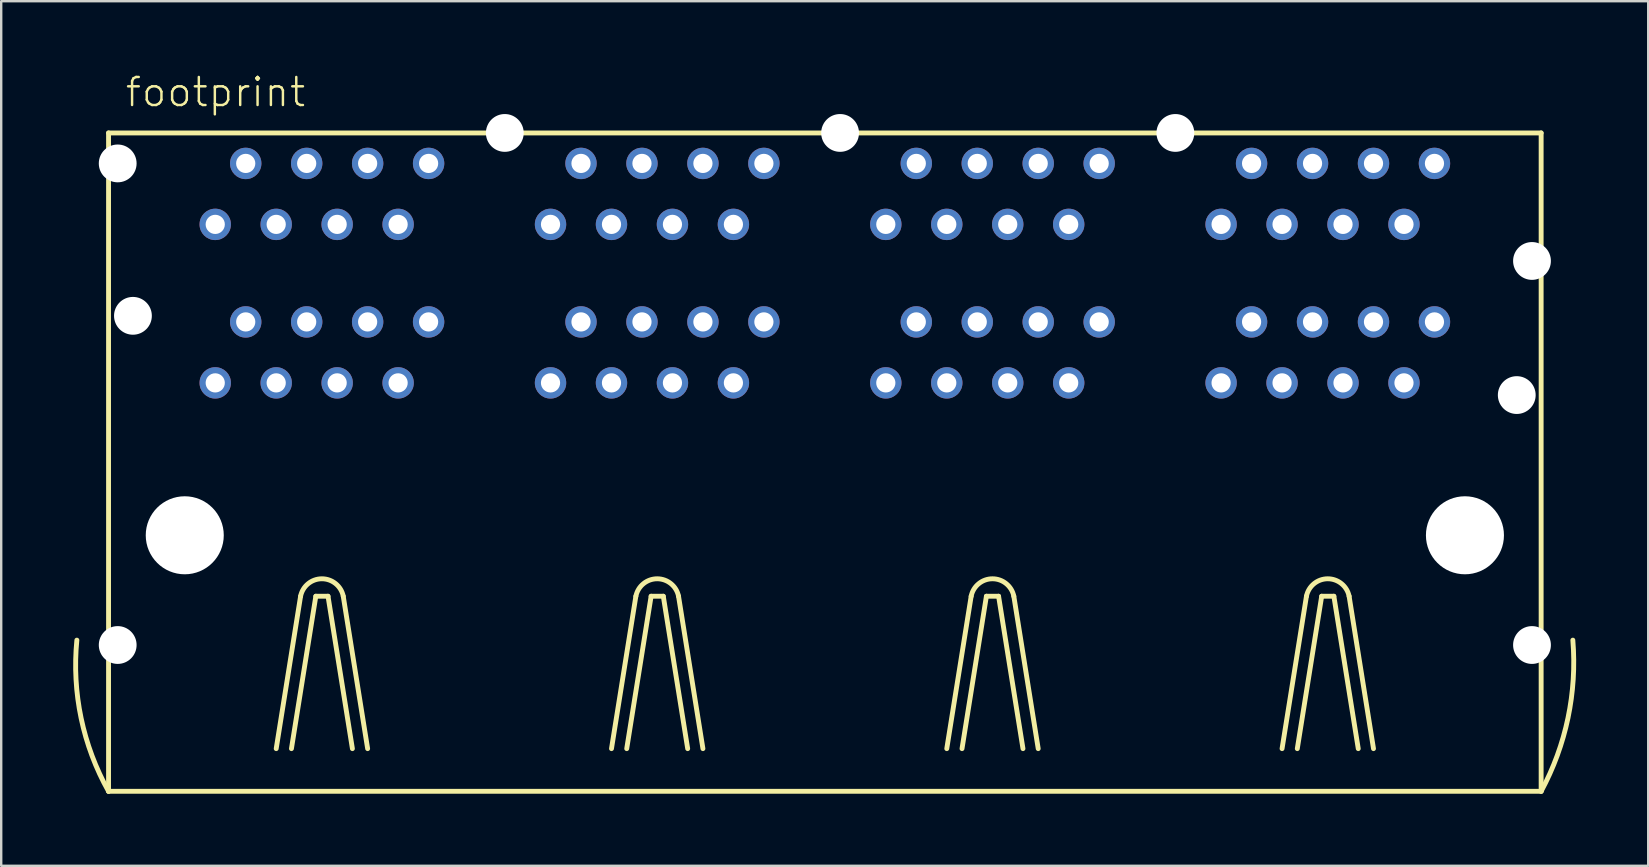
<source format=kicad_pcb>
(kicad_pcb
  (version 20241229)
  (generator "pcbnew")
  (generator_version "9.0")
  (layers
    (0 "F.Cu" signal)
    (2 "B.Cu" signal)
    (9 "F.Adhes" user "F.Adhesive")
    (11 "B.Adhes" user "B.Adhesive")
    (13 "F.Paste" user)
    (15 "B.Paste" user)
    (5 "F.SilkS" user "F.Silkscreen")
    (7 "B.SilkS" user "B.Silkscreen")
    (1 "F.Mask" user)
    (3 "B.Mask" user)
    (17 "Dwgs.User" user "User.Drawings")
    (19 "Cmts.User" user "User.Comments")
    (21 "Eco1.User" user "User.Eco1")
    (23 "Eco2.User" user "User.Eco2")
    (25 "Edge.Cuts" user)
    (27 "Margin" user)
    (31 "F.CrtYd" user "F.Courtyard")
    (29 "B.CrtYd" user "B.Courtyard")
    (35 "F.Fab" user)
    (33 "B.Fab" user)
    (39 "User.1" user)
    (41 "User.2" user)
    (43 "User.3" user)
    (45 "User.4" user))
  (footprint "footprint"
    (layer "F.Cu")
    (at 31.318 19.253)
    (property "Reference" "footprint" (at -29.21 -17.78 0) (layer "F.SilkS") (effects (font (size 1.168 1.168) (thickness 0.102)) (justify left bottom)))
    (fp_line (start -29.845 -16.764) (end -29.845 10.668) (stroke (width 0.203) (type solid)) (layer "F.SilkS"))
    (fp_line (start -29.845 10.668) (end 29.845 10.668) (stroke (width 0.203) (type solid)) (layer "F.SilkS"))
    (fp_line (start -22.86 8.89) (end -21.844 2.54) (stroke (width 0.203) (type solid)) (layer "F.SilkS"))
    (fp_line (start -22.225 8.89) (end -21.209 2.54) (stroke (width 0.203) (type solid)) (layer "F.SilkS"))
    (fp_line (start -21.209 2.54) (end -20.701 2.54) (stroke (width 0.203) (type solid)) (layer "F.SilkS"))
    (fp_line (start -20.701 2.54) (end -19.685 8.89) (stroke (width 0.203) (type solid)) (layer "F.SilkS"))
    (fp_line (start -20.066 2.54) (end -19.05 8.89) (stroke (width 0.203) (type solid)) (layer "F.SilkS"))
    (fp_line (start -8.89 8.89) (end -7.874 2.54) (stroke (width 0.203) (type solid)) (layer "F.SilkS"))
    (fp_line (start -8.255 8.89) (end -7.239 2.54) (stroke (width 0.203) (type solid)) (layer "F.SilkS"))
    (fp_line (start -7.239 2.54) (end -6.731 2.54) (stroke (width 0.203) (type solid)) (layer "F.SilkS"))
    (fp_line (start -6.731 2.54) (end -5.715 8.89) (stroke (width 0.203) (type solid)) (layer "F.SilkS"))
    (fp_line (start -6.096 2.54) (end -5.08 8.89) (stroke (width 0.203) (type solid)) (layer "F.SilkS"))
    (fp_line (start 5.08 8.89) (end 6.096 2.54) (stroke (width 0.203) (type solid)) (layer "F.SilkS"))
    (fp_line (start 5.715 8.89) (end 6.731 2.54) (stroke (width 0.203) (type solid)) (layer "F.SilkS"))
    (fp_line (start 6.731 2.54) (end 7.239 2.54) (stroke (width 0.203) (type solid)) (layer "F.SilkS"))
    (fp_line (start 7.239 2.54) (end 8.255 8.89) (stroke (width 0.203) (type solid)) (layer "F.SilkS"))
    (fp_line (start 7.874 2.54) (end 8.89 8.89) (stroke (width 0.203) (type solid)) (layer "F.SilkS"))
    (fp_line (start 19.05 8.89) (end 20.066 2.54) (stroke (width 0.203) (type solid)) (layer "F.SilkS"))
    (fp_line (start 19.685 8.89) (end 20.701 2.54) (stroke (width 0.203) (type solid)) (layer "F.SilkS"))
    (fp_line (start 20.701 2.54) (end 21.209 2.54) (stroke (width 0.203) (type solid)) (layer "F.SilkS"))
    (fp_line (start 21.209 2.54) (end 22.225 8.89) (stroke (width 0.203) (type solid)) (layer "F.SilkS"))
    (fp_line (start 21.844 2.54) (end 22.86 8.89) (stroke (width 0.203) (type solid)) (layer "F.SilkS"))
    (fp_line (start 29.845 -16.764) (end -29.845 -16.764) (stroke (width 0.203) (type solid)) (layer "F.SilkS"))
    (fp_line (start 29.845 10.668) (end 29.845 -16.764) (stroke (width 0.203) (type solid)) (layer "F.SilkS"))
    (fp_arc (start -29.844999 10.668) (mid -30.988084 7.619608) (end -31.1658 4.3688) (stroke (width 0.2032) (type solid)) (layer "F.SilkS"))
    (fp_arc (start -21.844 2.54) (mid -20.955 1.812319) (end -20.066 2.54) (stroke (width 0.2032) (type solid)) (layer "F.SilkS"))
    (fp_arc (start -7.874 2.54) (mid -6.985 1.812319) (end -6.096 2.54) (stroke (width 0.2032) (type solid)) (layer "F.SilkS"))
    (fp_arc (start 6.096 2.54) (mid 6.985 1.812319) (end 7.874 2.54) (stroke (width 0.2032) (type solid)) (layer "F.SilkS"))
    (fp_arc (start 20.066 2.54) (mid 20.955 1.812319) (end 21.844 2.54) (stroke (width 0.2032) (type solid)) (layer "F.SilkS"))
    (fp_arc (start 31.1658 4.3688) (mid 30.963237 7.614398) (end 29.845 10.668) (stroke (width 0.2032) (type solid)) (layer "F.SilkS"))
    (pad "" np_thru_hole circle (at -29.464 -15.494) (size 1.575 1.575) (drill 1.575) (layers "*.Cu" "*.Mask"))
    (pad "" np_thru_hole circle (at -29.464 4.572) (size 1.575 1.575) (drill 1.575) (layers "*.Cu" "*.Mask"))
    (pad "" np_thru_hole circle (at -28.829 -9.144) (size 1.575 1.575) (drill 1.575) (layers "*.Cu" "*.Mask"))
    (pad "" np_thru_hole circle (at -26.67 0) (size 3.251 3.251) (drill 3.251) (layers "*.Cu" "*.Mask"))
    (pad "" np_thru_hole circle (at -13.335 -16.764) (size 1.575 1.575) (drill 1.575) (layers "*.Cu" "*.Mask"))
    (pad "" np_thru_hole circle (at 0.635 -16.764) (size 1.575 1.575) (drill 1.575) (layers "*.Cu" "*.Mask"))
    (pad "" np_thru_hole circle (at 14.605 -16.764) (size 1.575 1.575) (drill 1.575) (layers "*.Cu" "*.Mask"))
    (pad "" np_thru_hole circle (at 26.67 0) (size 3.251 3.251) (drill 3.251) (layers "*.Cu" "*.Mask"))
    (pad "" np_thru_hole circle (at 28.829 -5.842) (size 1.575 1.575) (drill 1.575) (layers "*.Cu" "*.Mask"))
    (pad "" np_thru_hole circle (at 29.464 -11.43) (size 1.575 1.575) (drill 1.575) (layers "*.Cu" "*.Mask"))
    (pad "" np_thru_hole circle (at 29.464 4.572) (size 1.575 1.575) (drill 1.575) (layers "*.Cu" "*.Mask"))
    (pad "A1-1" thru_hole circle (at -25.4 -6.35) (size 1.308 1.308) (drill 0.8) (layers "*.Cu" "*.Mask"))
    (pad "A1-2" thru_hole circle (at -24.13 -8.89) (size 1.308 1.308) (drill 0.8) (layers "*.Cu" "*.Mask"))
    (pad "A1-3" thru_hole circle (at -22.86 -6.35) (size 1.308 1.308) (drill 0.8) (layers "*.Cu" "*.Mask"))
    (pad "A1-4" thru_hole circle (at -21.59 -8.89) (size 1.308 1.308) (drill 0.8) (layers "*.Cu" "*.Mask"))
    (pad "A1-5" thru_hole circle (at -20.32 -6.35) (size 1.308 1.308) (drill 0.8) (layers "*.Cu" "*.Mask"))
    (pad "A1-6" thru_hole circle (at -19.05 -8.89) (size 1.308 1.308) (drill 0.8) (layers "*.Cu" "*.Mask"))
    (pad "A1-7" thru_hole circle (at -17.78 -6.35) (size 1.308 1.308) (drill 0.8) (layers "*.Cu" "*.Mask"))
    (pad "A1-8" thru_hole circle (at -16.51 -8.89) (size 1.308 1.308) (drill 0.8) (layers "*.Cu" "*.Mask"))
    (pad "A2-1" thru_hole circle (at -16.51 -15.494) (size 1.308 1.308) (drill 0.8) (layers "*.Cu" "*.Mask"))
    (pad "A2-2" thru_hole circle (at -17.78 -12.954) (size 1.308 1.308) (drill 0.8) (layers "*.Cu" "*.Mask"))
    (pad "A2-3" thru_hole circle (at -19.05 -15.494) (size 1.308 1.308) (drill 0.8) (layers "*.Cu" "*.Mask"))
    (pad "A2-4" thru_hole circle (at -20.32 -12.954) (size 1.308 1.308) (drill 0.8) (layers "*.Cu" "*.Mask"))
    (pad "A2-5" thru_hole circle (at -21.59 -15.494) (size 1.308 1.308) (drill 0.8) (layers "*.Cu" "*.Mask"))
    (pad "A2-6" thru_hole circle (at -22.86 -12.954) (size 1.308 1.308) (drill 0.8) (layers "*.Cu" "*.Mask"))
    (pad "A2-7" thru_hole circle (at -24.13 -15.494) (size 1.308 1.308) (drill 0.8) (layers "*.Cu" "*.Mask"))
    (pad "A2-8" thru_hole circle (at -25.4 -12.954) (size 1.308 1.308) (drill 0.8) (layers "*.Cu" "*.Mask"))
    (pad "B1-1" thru_hole circle (at -11.43 -6.35) (size 1.308 1.308) (drill 0.8) (layers "*.Cu" "*.Mask"))
    (pad "B1-2" thru_hole circle (at -10.16 -8.89) (size 1.308 1.308) (drill 0.8) (layers "*.Cu" "*.Mask"))
    (pad "B1-3" thru_hole circle (at -8.89 -6.35) (size 1.308 1.308) (drill 0.8) (layers "*.Cu" "*.Mask"))
    (pad "B1-4" thru_hole circle (at -7.62 -8.89) (size 1.308 1.308) (drill 0.8) (layers "*.Cu" "*.Mask"))
    (pad "B1-5" thru_hole circle (at -6.35 -6.35) (size 1.308 1.308) (drill 0.8) (layers "*.Cu" "*.Mask"))
    (pad "B1-6" thru_hole circle (at -5.08 -8.89) (size 1.308 1.308) (drill 0.8) (layers "*.Cu" "*.Mask"))
    (pad "B1-7" thru_hole circle (at -3.81 -6.35) (size 1.308 1.308) (drill 0.8) (layers "*.Cu" "*.Mask"))
    (pad "B1-8" thru_hole circle (at -2.54 -8.89) (size 1.308 1.308) (drill 0.8) (layers "*.Cu" "*.Mask"))
    (pad "B2-1" thru_hole circle (at -2.54 -15.494) (size 1.308 1.308) (drill 0.8) (layers "*.Cu" "*.Mask"))
    (pad "B2-2" thru_hole circle (at -3.81 -12.954) (size 1.308 1.308) (drill 0.8) (layers "*.Cu" "*.Mask"))
    (pad "B2-3" thru_hole circle (at -5.08 -15.494) (size 1.308 1.308) (drill 0.8) (layers "*.Cu" "*.Mask"))
    (pad "B2-4" thru_hole circle (at -6.35 -12.954) (size 1.308 1.308) (drill 0.8) (layers "*.Cu" "*.Mask"))
    (pad "B2-5" thru_hole circle (at -7.62 -15.494) (size 1.308 1.308) (drill 0.8) (layers "*.Cu" "*.Mask"))
    (pad "B2-6" thru_hole circle (at -8.89 -12.954) (size 1.308 1.308) (drill 0.8) (layers "*.Cu" "*.Mask"))
    (pad "B2-7" thru_hole circle (at -10.16 -15.494) (size 1.308 1.308) (drill 0.8) (layers "*.Cu" "*.Mask"))
    (pad "B2-8" thru_hole circle (at -11.43 -12.954) (size 1.308 1.308) (drill 0.8) (layers "*.Cu" "*.Mask"))
    (pad "C1-1" thru_hole circle (at 2.54 -6.35) (size 1.308 1.308) (drill 0.8) (layers "*.Cu" "*.Mask"))
    (pad "C1-2" thru_hole circle (at 3.81 -8.89) (size 1.308 1.308) (drill 0.8) (layers "*.Cu" "*.Mask"))
    (pad "C1-3" thru_hole circle (at 5.08 -6.35) (size 1.308 1.308) (drill 0.8) (layers "*.Cu" "*.Mask"))
    (pad "C1-4" thru_hole circle (at 6.35 -8.89) (size 1.308 1.308) (drill 0.8) (layers "*.Cu" "*.Mask"))
    (pad "C1-5" thru_hole circle (at 7.62 -6.35) (size 1.308 1.308) (drill 0.8) (layers "*.Cu" "*.Mask"))
    (pad "C1-6" thru_hole circle (at 8.89 -8.89) (size 1.308 1.308) (drill 0.8) (layers "*.Cu" "*.Mask"))
    (pad "C1-7" thru_hole circle (at 10.16 -6.35) (size 1.308 1.308) (drill 0.8) (layers "*.Cu" "*.Mask"))
    (pad "C1-8" thru_hole circle (at 11.43 -8.89) (size 1.308 1.308) (drill 0.8) (layers "*.Cu" "*.Mask"))
    (pad "C2-1" thru_hole circle (at 11.43 -15.494) (size 1.308 1.308) (drill 0.8) (layers "*.Cu" "*.Mask"))
    (pad "C2-2" thru_hole circle (at 10.16 -12.954) (size 1.308 1.308) (drill 0.8) (layers "*.Cu" "*.Mask"))
    (pad "C2-3" thru_hole circle (at 8.89 -15.494) (size 1.308 1.308) (drill 0.8) (layers "*.Cu" "*.Mask"))
    (pad "C2-4" thru_hole circle (at 7.62 -12.954) (size 1.308 1.308) (drill 0.8) (layers "*.Cu" "*.Mask"))
    (pad "C2-5" thru_hole circle (at 6.35 -15.494) (size 1.308 1.308) (drill 0.8) (layers "*.Cu" "*.Mask"))
    (pad "C2-6" thru_hole circle (at 5.08 -12.954) (size 1.308 1.308) (drill 0.8) (layers "*.Cu" "*.Mask"))
    (pad "C2-7" thru_hole circle (at 3.81 -15.494) (size 1.308 1.308) (drill 0.8) (layers "*.Cu" "*.Mask"))
    (pad "C2-8" thru_hole circle (at 2.54 -12.954) (size 1.308 1.308) (drill 0.8) (layers "*.Cu" "*.Mask"))
    (pad "D1-1" thru_hole circle (at 16.51 -6.35) (size 1.308 1.308) (drill 0.8) (layers "*.Cu" "*.Mask"))
    (pad "D1-2" thru_hole circle (at 17.78 -8.89) (size 1.308 1.308) (drill 0.8) (layers "*.Cu" "*.Mask"))
    (pad "D1-3" thru_hole circle (at 19.05 -6.35) (size 1.308 1.308) (drill 0.8) (layers "*.Cu" "*.Mask"))
    (pad "D1-4" thru_hole circle (at 20.32 -8.89) (size 1.308 1.308) (drill 0.8) (layers "*.Cu" "*.Mask"))
    (pad "D1-5" thru_hole circle (at 21.59 -6.35) (size 1.308 1.308) (drill 0.8) (layers "*.Cu" "*.Mask"))
    (pad "D1-6" thru_hole circle (at 22.86 -8.89) (size 1.308 1.308) (drill 0.8) (layers "*.Cu" "*.Mask"))
    (pad "D1-7" thru_hole circle (at 24.13 -6.35) (size 1.308 1.308) (drill 0.8) (layers "*.Cu" "*.Mask"))
    (pad "D1-8" thru_hole circle (at 25.4 -8.89) (size 1.308 1.308) (drill 0.8) (layers "*.Cu" "*.Mask"))
    (pad "D2-1" thru_hole circle (at 25.4 -15.494) (size 1.308 1.308) (drill 0.8) (layers "*.Cu" "*.Mask"))
    (pad "D2-2" thru_hole circle (at 24.13 -12.954) (size 1.308 1.308) (drill 0.8) (layers "*.Cu" "*.Mask"))
    (pad "D2-3" thru_hole circle (at 22.86 -15.494) (size 1.308 1.308) (drill 0.8) (layers "*.Cu" "*.Mask"))
    (pad "D2-4" thru_hole circle (at 21.59 -12.954) (size 1.308 1.308) (drill 0.8) (layers "*.Cu" "*.Mask"))
    (pad "D2-5" thru_hole circle (at 20.32 -15.494) (size 1.308 1.308) (drill 0.8) (layers "*.Cu" "*.Mask"))
    (pad "D2-6" thru_hole circle (at 19.05 -12.954) (size 1.308 1.308) (drill 0.8) (layers "*.Cu" "*.Mask"))
    (pad "D2-7" thru_hole circle (at 17.78 -15.494) (size 1.308 1.308) (drill 0.8) (layers "*.Cu" "*.Mask"))
    (pad "D2-8" thru_hole circle (at 16.51 -12.954) (size 1.308 1.308) (drill 0.8) (layers "*.Cu" "*.Mask")))
  (gr_rect
    (start -3 -3)
    (end 65.624 33.023)
    (stroke (width 0.1) (type default))
    (fill no)
    (layer "Edge.Cuts")))
</source>
